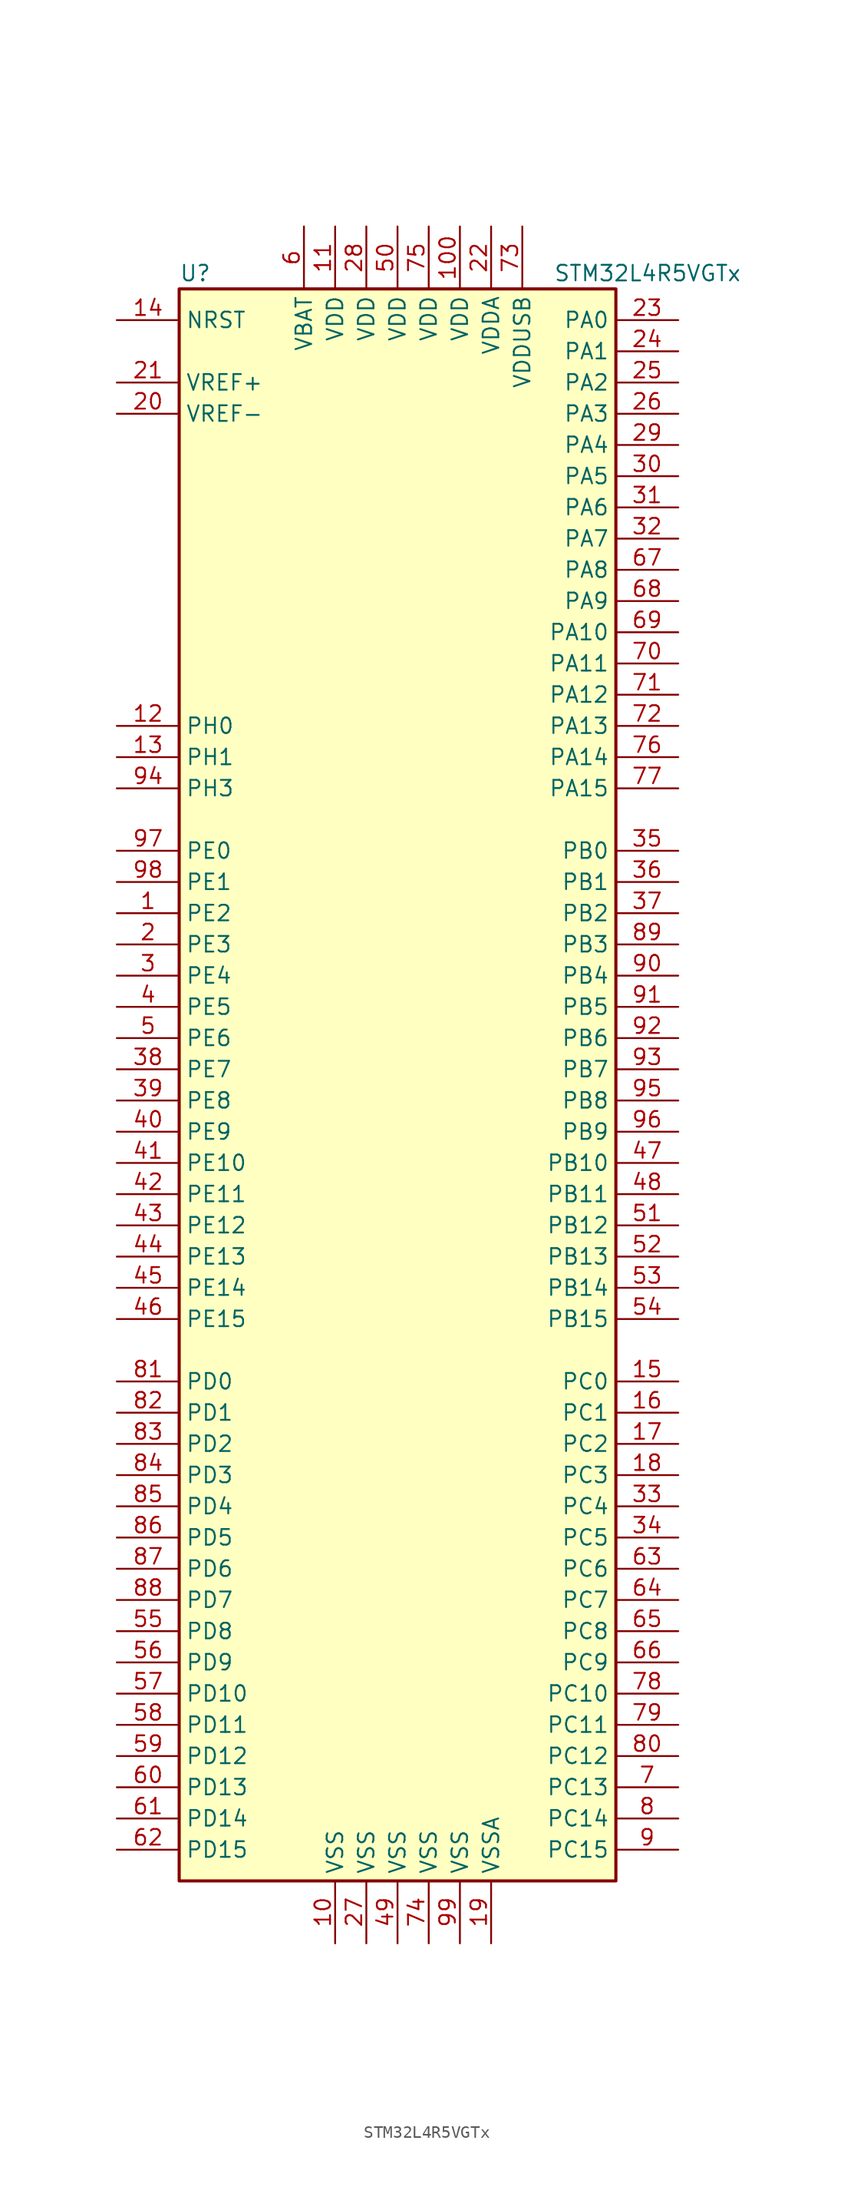
<source format=kicad_sym>
(kicad_symbol_lib
  (version 20220914)
  (generator kicad_symbol_editor)
  (symbol "STM32L4R5VGTx"
    (property "Reference" "U"
      (at -17.78 64.77 0)
      (effects (font (size 1.27 1.27)) (justify left)))
    (property "Value" "STM32L4R5VGTx"
      (at 12.7 64.77 0)
      (effects (font (size 1.27 1.27)) (justify left)))
    (symbol "STM32L4R5VGTx_0_1"
      (rectangle (start -17.78 -66.04) (end 17.78 63.5) (stroke (width 0.254) (type default)) (fill (type background))))
    (symbol "STM32L4R5VGTx_1_1"
      (pin bidirectional line (at -22.86 12.7 0) (length 5.08) (name "PE2" (effects (font (size 1.27 1.27)))) (number "1" (effects (font (size 1.27 1.27)))))
      (pin power_in line (at -5.08 -71.12 90) (length 5.08) (name "VSS" (effects (font (size 1.27 1.27)))) (number "10" (effects (font (size 1.27 1.27)))))
      (pin power_in line (at 5.08 68.58 270) (length 5.08) (name "VDD" (effects (font (size 1.27 1.27)))) (number "100" (effects (font (size 1.27 1.27)))))
      (pin power_in line (at -5.08 68.58 270) (length 5.08) (name "VDD" (effects (font (size 1.27 1.27)))) (number "11" (effects (font (size 1.27 1.27)))))
      (pin input line (at -22.86 27.94 0) (length 5.08) (name "PH0" (effects (font (size 1.27 1.27)))) (number "12" (effects (font (size 1.27 1.27)))))
      (pin input line (at -22.86 25.4 0) (length 5.08) (name "PH1" (effects (font (size 1.27 1.27)))) (number "13" (effects (font (size 1.27 1.27)))))
      (pin input line (at -22.86 60.96 0) (length 5.08) (name "NRST" (effects (font (size 1.27 1.27)))) (number "14" (effects (font (size 1.27 1.27)))))
      (pin bidirectional line (at 22.86 -25.4 180) (length 5.08) (name "PC0" (effects (font (size 1.27 1.27)))) (number "15" (effects (font (size 1.27 1.27)))))
      (pin bidirectional line (at 22.86 -27.94 180) (length 5.08) (name "PC1" (effects (font (size 1.27 1.27)))) (number "16" (effects (font (size 1.27 1.27)))))
      (pin bidirectional line (at 22.86 -30.48 180) (length 5.08) (name "PC2" (effects (font (size 1.27 1.27)))) (number "17" (effects (font (size 1.27 1.27)))))
      (pin bidirectional line (at 22.86 -33.02 180) (length 5.08) (name "PC3" (effects (font (size 1.27 1.27)))) (number "18" (effects (font (size 1.27 1.27)))))
      (pin power_in line (at 7.62 -71.12 90) (length 5.08) (name "VSSA" (effects (font (size 1.27 1.27)))) (number "19" (effects (font (size 1.27 1.27)))))
      (pin bidirectional line (at -22.86 10.16 0) (length 5.08) (name "PE3" (effects (font (size 1.27 1.27)))) (number "2" (effects (font (size 1.27 1.27)))))
      (pin power_in line (at -22.86 53.34 0) (length 5.08) (name "VREF-" (effects (font (size 1.27 1.27)))) (number "20" (effects (font (size 1.27 1.27)))))
      (pin bidirectional line (at -22.86 55.88 0) (length 5.08) (name "VREF+" (effects (font (size 1.27 1.27)))) (number "21" (effects (font (size 1.27 1.27)))))
      (pin power_in line (at 7.62 68.58 270) (length 5.08) (name "VDDA" (effects (font (size 1.27 1.27)))) (number "22" (effects (font (size 1.27 1.27)))))
      (pin bidirectional line (at 22.86 60.96 180) (length 5.08) (name "PA0" (effects (font (size 1.27 1.27)))) (number "23" (effects (font (size 1.27 1.27)))))
      (pin bidirectional line (at 22.86 58.42 180) (length 5.08) (name "PA1" (effects (font (size 1.27 1.27)))) (number "24" (effects (font (size 1.27 1.27)))))
      (pin bidirectional line (at 22.86 55.88 180) (length 5.08) (name "PA2" (effects (font (size 1.27 1.27)))) (number "25" (effects (font (size 1.27 1.27)))))
      (pin bidirectional line (at 22.86 53.34 180) (length 5.08) (name "PA3" (effects (font (size 1.27 1.27)))) (number "26" (effects (font (size 1.27 1.27)))))
      (pin power_in line (at -2.54 -71.12 90) (length 5.08) (name "VSS" (effects (font (size 1.27 1.27)))) (number "27" (effects (font (size 1.27 1.27)))))
      (pin power_in line (at -2.54 68.58 270) (length 5.08) (name "VDD" (effects (font (size 1.27 1.27)))) (number "28" (effects (font (size 1.27 1.27)))))
      (pin bidirectional line (at 22.86 50.8 180) (length 5.08) (name "PA4" (effects (font (size 1.27 1.27)))) (number "29" (effects (font (size 1.27 1.27)))))
      (pin bidirectional line (at -22.86 7.62 0) (length 5.08) (name "PE4" (effects (font (size 1.27 1.27)))) (number "3" (effects (font (size 1.27 1.27)))))
      (pin bidirectional line (at 22.86 48.26 180) (length 5.08) (name "PA5" (effects (font (size 1.27 1.27)))) (number "30" (effects (font (size 1.27 1.27)))))
      (pin bidirectional line (at 22.86 45.72 180) (length 5.08) (name "PA6" (effects (font (size 1.27 1.27)))) (number "31" (effects (font (size 1.27 1.27)))))
      (pin bidirectional line (at 22.86 43.18 180) (length 5.08) (name "PA7" (effects (font (size 1.27 1.27)))) (number "32" (effects (font (size 1.27 1.27)))))
      (pin bidirectional line (at 22.86 -35.56 180) (length 5.08) (name "PC4" (effects (font (size 1.27 1.27)))) (number "33" (effects (font (size 1.27 1.27)))))
      (pin bidirectional line (at 22.86 -38.1 180) (length 5.08) (name "PC5" (effects (font (size 1.27 1.27)))) (number "34" (effects (font (size 1.27 1.27)))))
      (pin bidirectional line (at 22.86 17.78 180) (length 5.08) (name "PB0" (effects (font (size 1.27 1.27)))) (number "35" (effects (font (size 1.27 1.27)))))
      (pin bidirectional line (at 22.86 15.24 180) (length 5.08) (name "PB1" (effects (font (size 1.27 1.27)))) (number "36" (effects (font (size 1.27 1.27)))))
      (pin bidirectional line (at 22.86 12.7 180) (length 5.08) (name "PB2" (effects (font (size 1.27 1.27)))) (number "37" (effects (font (size 1.27 1.27)))))
      (pin bidirectional line (at -22.86 0 0) (length 5.08) (name "PE7" (effects (font (size 1.27 1.27)))) (number "38" (effects (font (size 1.27 1.27)))))
      (pin bidirectional line (at -22.86 -2.54 0) (length 5.08) (name "PE8" (effects (font (size 1.27 1.27)))) (number "39" (effects (font (size 1.27 1.27)))))
      (pin bidirectional line (at -22.86 5.08 0) (length 5.08) (name "PE5" (effects (font (size 1.27 1.27)))) (number "4" (effects (font (size 1.27 1.27)))))
      (pin bidirectional line (at -22.86 -5.08 0) (length 5.08) (name "PE9" (effects (font (size 1.27 1.27)))) (number "40" (effects (font (size 1.27 1.27)))))
      (pin bidirectional line (at -22.86 -7.62 0) (length 5.08) (name "PE10" (effects (font (size 1.27 1.27)))) (number "41" (effects (font (size 1.27 1.27)))))
      (pin bidirectional line (at -22.86 -10.16 0) (length 5.08) (name "PE11" (effects (font (size 1.27 1.27)))) (number "42" (effects (font (size 1.27 1.27)))))
      (pin bidirectional line (at -22.86 -12.7 0) (length 5.08) (name "PE12" (effects (font (size 1.27 1.27)))) (number "43" (effects (font (size 1.27 1.27)))))
      (pin bidirectional line (at -22.86 -15.24 0) (length 5.08) (name "PE13" (effects (font (size 1.27 1.27)))) (number "44" (effects (font (size 1.27 1.27)))))
      (pin bidirectional line (at -22.86 -17.78 0) (length 5.08) (name "PE14" (effects (font (size 1.27 1.27)))) (number "45" (effects (font (size 1.27 1.27)))))
      (pin bidirectional line (at -22.86 -20.32 0) (length 5.08) (name "PE15" (effects (font (size 1.27 1.27)))) (number "46" (effects (font (size 1.27 1.27)))))
      (pin bidirectional line (at 22.86 -7.62 180) (length 5.08) (name "PB10" (effects (font (size 1.27 1.27)))) (number "47" (effects (font (size 1.27 1.27)))))
      (pin bidirectional line (at 22.86 -10.16 180) (length 5.08) (name "PB11" (effects (font (size 1.27 1.27)))) (number "48" (effects (font (size 1.27 1.27)))))
      (pin power_in line (at 0 -71.12 90) (length 5.08) (name "VSS" (effects (font (size 1.27 1.27)))) (number "49" (effects (font (size 1.27 1.27)))))
      (pin bidirectional line (at -22.86 2.54 0) (length 5.08) (name "PE6" (effects (font (size 1.27 1.27)))) (number "5" (effects (font (size 1.27 1.27)))))
      (pin power_in line (at 0 68.58 270) (length 5.08) (name "VDD" (effects (font (size 1.27 1.27)))) (number "50" (effects (font (size 1.27 1.27)))))
      (pin bidirectional line (at 22.86 -12.7 180) (length 5.08) (name "PB12" (effects (font (size 1.27 1.27)))) (number "51" (effects (font (size 1.27 1.27)))))
      (pin bidirectional line (at 22.86 -15.24 180) (length 5.08) (name "PB13" (effects (font (size 1.27 1.27)))) (number "52" (effects (font (size 1.27 1.27)))))
      (pin bidirectional line (at 22.86 -17.78 180) (length 5.08) (name "PB14" (effects (font (size 1.27 1.27)))) (number "53" (effects (font (size 1.27 1.27)))))
      (pin bidirectional line (at 22.86 -20.32 180) (length 5.08) (name "PB15" (effects (font (size 1.27 1.27)))) (number "54" (effects (font (size 1.27 1.27)))))
      (pin bidirectional line (at -22.86 -45.72 0) (length 5.08) (name "PD8" (effects (font (size 1.27 1.27)))) (number "55" (effects (font (size 1.27 1.27)))))
      (pin bidirectional line (at -22.86 -48.26 0) (length 5.08) (name "PD9" (effects (font (size 1.27 1.27)))) (number "56" (effects (font (size 1.27 1.27)))))
      (pin bidirectional line (at -22.86 -50.8 0) (length 5.08) (name "PD10" (effects (font (size 1.27 1.27)))) (number "57" (effects (font (size 1.27 1.27)))))
      (pin bidirectional line (at -22.86 -53.34 0) (length 5.08) (name "PD11" (effects (font (size 1.27 1.27)))) (number "58" (effects (font (size 1.27 1.27)))))
      (pin bidirectional line (at -22.86 -55.88 0) (length 5.08) (name "PD12" (effects (font (size 1.27 1.27)))) (number "59" (effects (font (size 1.27 1.27)))))
      (pin power_in line (at -7.62 68.58 270) (length 5.08) (name "VBAT" (effects (font (size 1.27 1.27)))) (number "6" (effects (font (size 1.27 1.27)))))
      (pin bidirectional line (at -22.86 -58.42 0) (length 5.08) (name "PD13" (effects (font (size 1.27 1.27)))) (number "60" (effects (font (size 1.27 1.27)))))
      (pin bidirectional line (at -22.86 -60.96 0) (length 5.08) (name "PD14" (effects (font (size 1.27 1.27)))) (number "61" (effects (font (size 1.27 1.27)))))
      (pin bidirectional line (at -22.86 -63.5 0) (length 5.08) (name "PD15" (effects (font (size 1.27 1.27)))) (number "62" (effects (font (size 1.27 1.27)))))
      (pin bidirectional line (at 22.86 -40.64 180) (length 5.08) (name "PC6" (effects (font (size 1.27 1.27)))) (number "63" (effects (font (size 1.27 1.27)))))
      (pin bidirectional line (at 22.86 -43.18 180) (length 5.08) (name "PC7" (effects (font (size 1.27 1.27)))) (number "64" (effects (font (size 1.27 1.27)))))
      (pin bidirectional line (at 22.86 -45.72 180) (length 5.08) (name "PC8" (effects (font (size 1.27 1.27)))) (number "65" (effects (font (size 1.27 1.27)))))
      (pin bidirectional line (at 22.86 -48.26 180) (length 5.08) (name "PC9" (effects (font (size 1.27 1.27)))) (number "66" (effects (font (size 1.27 1.27)))))
      (pin bidirectional line (at 22.86 40.64 180) (length 5.08) (name "PA8" (effects (font (size 1.27 1.27)))) (number "67" (effects (font (size 1.27 1.27)))))
      (pin bidirectional line (at 22.86 38.1 180) (length 5.08) (name "PA9" (effects (font (size 1.27 1.27)))) (number "68" (effects (font (size 1.27 1.27)))))
      (pin bidirectional line (at 22.86 35.56 180) (length 5.08) (name "PA10" (effects (font (size 1.27 1.27)))) (number "69" (effects (font (size 1.27 1.27)))))
      (pin bidirectional line (at 22.86 -58.42 180) (length 5.08) (name "PC13" (effects (font (size 1.27 1.27)))) (number "7" (effects (font (size 1.27 1.27)))))
      (pin bidirectional line (at 22.86 33.02 180) (length 5.08) (name "PA11" (effects (font (size 1.27 1.27)))) (number "70" (effects (font (size 1.27 1.27)))))
      (pin bidirectional line (at 22.86 30.48 180) (length 5.08) (name "PA12" (effects (font (size 1.27 1.27)))) (number "71" (effects (font (size 1.27 1.27)))))
      (pin bidirectional line (at 22.86 27.94 180) (length 5.08) (name "PA13" (effects (font (size 1.27 1.27)))) (number "72" (effects (font (size 1.27 1.27)))))
      (pin power_in line (at 10.16 68.58 270) (length 5.08) (name "VDDUSB" (effects (font (size 1.27 1.27)))) (number "73" (effects (font (size 1.27 1.27)))))
      (pin power_in line (at 2.54 -71.12 90) (length 5.08) (name "VSS" (effects (font (size 1.27 1.27)))) (number "74" (effects (font (size 1.27 1.27)))))
      (pin power_in line (at 2.54 68.58 270) (length 5.08) (name "VDD" (effects (font (size 1.27 1.27)))) (number "75" (effects (font (size 1.27 1.27)))))
      (pin bidirectional line (at 22.86 25.4 180) (length 5.08) (name "PA14" (effects (font (size 1.27 1.27)))) (number "76" (effects (font (size 1.27 1.27)))))
      (pin bidirectional line (at 22.86 22.86 180) (length 5.08) (name "PA15" (effects (font (size 1.27 1.27)))) (number "77" (effects (font (size 1.27 1.27)))))
      (pin bidirectional line (at 22.86 -50.8 180) (length 5.08) (name "PC10" (effects (font (size 1.27 1.27)))) (number "78" (effects (font (size 1.27 1.27)))))
      (pin bidirectional line (at 22.86 -53.34 180) (length 5.08) (name "PC11" (effects (font (size 1.27 1.27)))) (number "79" (effects (font (size 1.27 1.27)))))
      (pin bidirectional line (at 22.86 -60.96 180) (length 5.08) (name "PC14" (effects (font (size 1.27 1.27)))) (number "8" (effects (font (size 1.27 1.27)))))
      (pin bidirectional line (at 22.86 -55.88 180) (length 5.08) (name "PC12" (effects (font (size 1.27 1.27)))) (number "80" (effects (font (size 1.27 1.27)))))
      (pin bidirectional line (at -22.86 -25.4 0) (length 5.08) (name "PD0" (effects (font (size 1.27 1.27)))) (number "81" (effects (font (size 1.27 1.27)))))
      (pin bidirectional line (at -22.86 -27.94 0) (length 5.08) (name "PD1" (effects (font (size 1.27 1.27)))) (number "82" (effects (font (size 1.27 1.27)))))
      (pin bidirectional line (at -22.86 -30.48 0) (length 5.08) (name "PD2" (effects (font (size 1.27 1.27)))) (number "83" (effects (font (size 1.27 1.27)))))
      (pin bidirectional line (at -22.86 -33.02 0) (length 5.08) (name "PD3" (effects (font (size 1.27 1.27)))) (number "84" (effects (font (size 1.27 1.27)))))
      (pin bidirectional line (at -22.86 -35.56 0) (length 5.08) (name "PD4" (effects (font (size 1.27 1.27)))) (number "85" (effects (font (size 1.27 1.27)))))
      (pin bidirectional line (at -22.86 -38.1 0) (length 5.08) (name "PD5" (effects (font (size 1.27 1.27)))) (number "86" (effects (font (size 1.27 1.27)))))
      (pin bidirectional line (at -22.86 -40.64 0) (length 5.08) (name "PD6" (effects (font (size 1.27 1.27)))) (number "87" (effects (font (size 1.27 1.27)))))
      (pin bidirectional line (at -22.86 -43.18 0) (length 5.08) (name "PD7" (effects (font (size 1.27 1.27)))) (number "88" (effects (font (size 1.27 1.27)))))
      (pin bidirectional line (at 22.86 10.16 180) (length 5.08) (name "PB3" (effects (font (size 1.27 1.27)))) (number "89" (effects (font (size 1.27 1.27)))))
      (pin bidirectional line (at 22.86 -63.5 180) (length 5.08) (name "PC15" (effects (font (size 1.27 1.27)))) (number "9" (effects (font (size 1.27 1.27)))))
      (pin bidirectional line (at 22.86 7.62 180) (length 5.08) (name "PB4" (effects (font (size 1.27 1.27)))) (number "90" (effects (font (size 1.27 1.27)))))
      (pin bidirectional line (at 22.86 5.08 180) (length 5.08) (name "PB5" (effects (font (size 1.27 1.27)))) (number "91" (effects (font (size 1.27 1.27)))))
      (pin bidirectional line (at 22.86 2.54 180) (length 5.08) (name "PB6" (effects (font (size 1.27 1.27)))) (number "92" (effects (font (size 1.27 1.27)))))
      (pin bidirectional line (at 22.86 0 180) (length 5.08) (name "PB7" (effects (font (size 1.27 1.27)))) (number "93" (effects (font (size 1.27 1.27)))))
      (pin bidirectional line (at -22.86 22.86 0) (length 5.08) (name "PH3" (effects (font (size 1.27 1.27)))) (number "94" (effects (font (size 1.27 1.27)))))
      (pin bidirectional line (at 22.86 -2.54 180) (length 5.08) (name "PB8" (effects (font (size 1.27 1.27)))) (number "95" (effects (font (size 1.27 1.27)))))
      (pin bidirectional line (at 22.86 -5.08 180) (length 5.08) (name "PB9" (effects (font (size 1.27 1.27)))) (number "96" (effects (font (size 1.27 1.27)))))
      (pin bidirectional line (at -22.86 17.78 0) (length 5.08) (name "PE0" (effects (font (size 1.27 1.27)))) (number "97" (effects (font (size 1.27 1.27)))))
      (pin bidirectional line (at -22.86 15.24 0) (length 5.08) (name "PE1" (effects (font (size 1.27 1.27)))) (number "98" (effects (font (size 1.27 1.27)))))
      (pin power_in line (at 5.08 -71.12 90) (length 5.08) (name "VSS" (effects (font (size 1.27 1.27)))) (number "99" (effects (font (size 1.27 1.27))))))))
</source>
